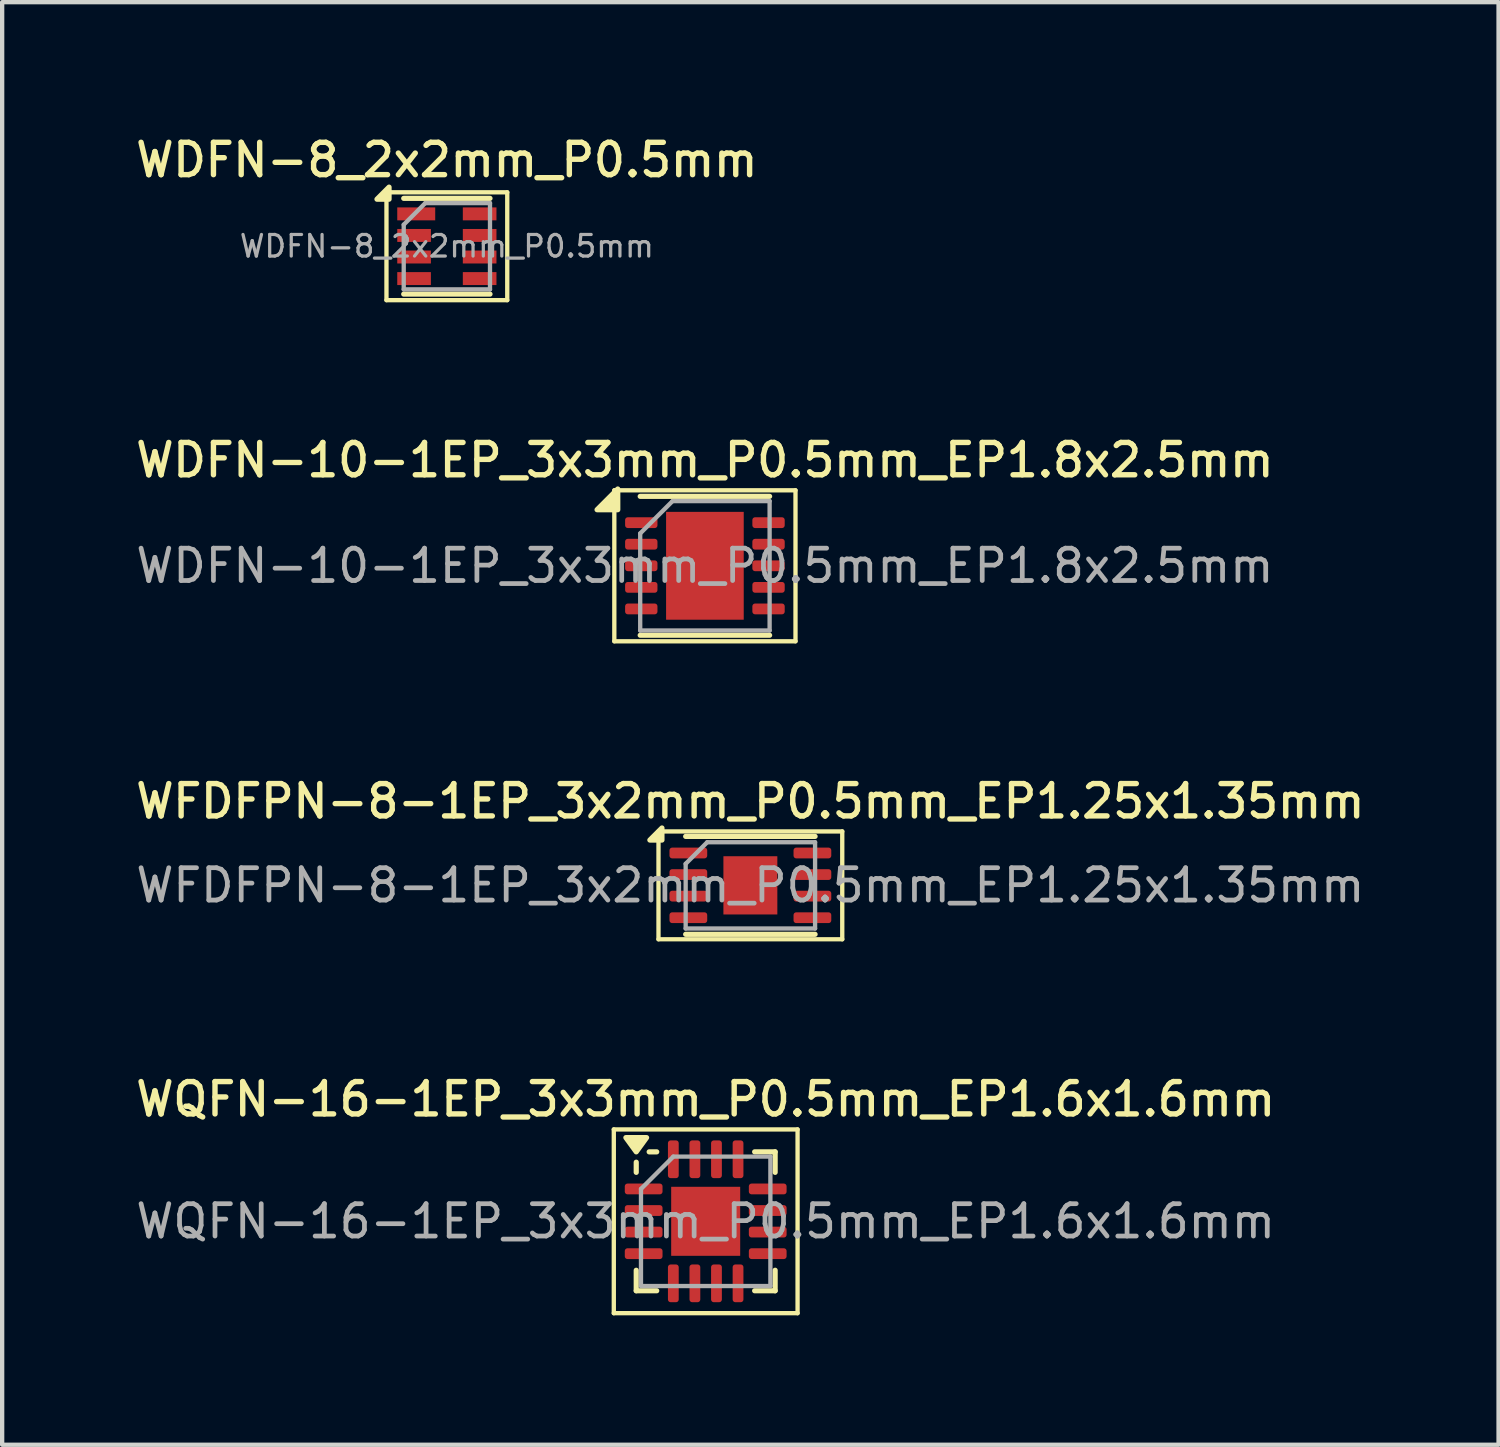
<source format=kicad_pcb>
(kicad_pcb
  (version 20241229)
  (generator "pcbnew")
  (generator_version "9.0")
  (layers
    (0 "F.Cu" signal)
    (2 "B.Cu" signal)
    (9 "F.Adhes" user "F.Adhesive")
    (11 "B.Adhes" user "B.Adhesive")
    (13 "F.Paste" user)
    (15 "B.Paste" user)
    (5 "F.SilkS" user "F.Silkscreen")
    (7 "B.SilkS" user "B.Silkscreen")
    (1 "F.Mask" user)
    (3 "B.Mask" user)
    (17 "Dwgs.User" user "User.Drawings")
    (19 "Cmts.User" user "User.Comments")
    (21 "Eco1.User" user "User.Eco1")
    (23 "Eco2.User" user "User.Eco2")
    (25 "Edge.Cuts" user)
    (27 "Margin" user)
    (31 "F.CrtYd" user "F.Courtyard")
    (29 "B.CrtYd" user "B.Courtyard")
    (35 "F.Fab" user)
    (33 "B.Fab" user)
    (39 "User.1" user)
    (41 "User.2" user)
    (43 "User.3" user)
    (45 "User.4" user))
  (footprint "WQFN-16-1EP_3x3mm_P0.5mm_EP1.6x1.6mm"
    (layer "F.Cu")
    (at 13.309 25.262)
    (property "Reference" "WQFN-16-1EP_3x3mm_P0.5mm_EP1.6x1.6mm" (at 0 -2.83 0) (layer "F.SilkS") (effects (font (size 0.75 0.75) (thickness 0.125))))
    (attr smd)
    (fp_line (start -2.13 -2.13) (end -2.13 2.13) (stroke (width 0.1) (type solid)) (layer "F.SilkS"))
    (fp_line (start -2.13 2.13) (end 2.13 2.13) (stroke (width 0.1) (type solid)) (layer "F.SilkS"))
    (fp_line (start -1.61 -1.135) (end -1.61 -1.37) (stroke (width 0.12) (type solid)) (layer "F.SilkS"))
    (fp_line (start -1.61 1.61) (end -1.61 1.135) (stroke (width 0.12) (type solid)) (layer "F.SilkS"))
    (fp_line (start -1.135 -1.61) (end -1.31 -1.61) (stroke (width 0.12) (type solid)) (layer "F.SilkS"))
    (fp_line (start -1.135 1.61) (end -1.61 1.61) (stroke (width 0.12) (type solid)) (layer "F.SilkS"))
    (fp_line (start 1.135 -1.61) (end 1.61 -1.61) (stroke (width 0.12) (type solid)) (layer "F.SilkS"))
    (fp_line (start 1.135 1.61) (end 1.61 1.61) (stroke (width 0.12) (type solid)) (layer "F.SilkS"))
    (fp_line (start 1.61 -1.61) (end 1.61 -1.135) (stroke (width 0.12) (type solid)) (layer "F.SilkS"))
    (fp_line (start 1.61 1.61) (end 1.61 1.135) (stroke (width 0.12) (type solid)) (layer "F.SilkS"))
    (fp_line (start 2.13 -2.13) (end -2.13 -2.13) (stroke (width 0.1) (type solid)) (layer "F.SilkS"))
    (fp_line (start 2.13 2.13) (end 2.13 -2.13) (stroke (width 0.1) (type solid)) (layer "F.SilkS"))
    (fp_poly (pts (xy -1.61 -1.61) (xy -1.85 -1.94) (xy -1.37 -1.94) (xy -1.61 -1.61)) (stroke (width 0.12) (type solid)) (fill yes) (layer "F.SilkS"))
    (fp_line (start -1.5 -0.75) (end -0.75 -1.5) (stroke (width 0.1) (type solid)) (layer "F.Fab"))
    (fp_line (start -1.5 1.5) (end -1.5 -0.75) (stroke (width 0.1) (type solid)) (layer "F.Fab"))
    (fp_line (start -0.75 -1.5) (end 1.5 -1.5) (stroke (width 0.1) (type solid)) (layer "F.Fab"))
    (fp_line (start 1.5 -1.5) (end 1.5 1.5) (stroke (width 0.1) (type solid)) (layer "F.Fab"))
    (fp_line (start 1.5 1.5) (end -1.5 1.5) (stroke (width 0.1) (type solid)) (layer "F.Fab"))
    (fp_text user "${REFERENCE}" (at 0 0 0) (layer "F.Fab") (effects (font (size 0.75 0.75) (thickness 0.11))))
    (pad "" smd roundrect (at -0.4 -0.4) (size 0.64 0.64) (layers "F.Paste") (roundrect_rratio 0.25))
    (pad "" smd roundrect (at -0.4 0.4) (size 0.64 0.64) (layers "F.Paste") (roundrect_rratio 0.25))
    (pad "" smd roundrect (at 0.4 -0.4) (size 0.64 0.64) (layers "F.Paste") (roundrect_rratio 0.25))
    (pad "" smd roundrect (at 0.4 0.4) (size 0.64 0.64) (layers "F.Paste") (roundrect_rratio 0.25))
    (pad "1" smd roundrect (at -1.438 -0.75) (size 0.875 0.25) (layers "F.Cu" "F.Mask" "F.Paste") (roundrect_rratio 0.25))
    (pad "2" smd roundrect (at -1.438 -0.25) (size 0.875 0.25) (layers "F.Cu" "F.Mask" "F.Paste") (roundrect_rratio 0.25))
    (pad "3" smd roundrect (at -1.438 0.25) (size 0.875 0.25) (layers "F.Cu" "F.Mask" "F.Paste") (roundrect_rratio 0.25))
    (pad "4" smd roundrect (at -1.438 0.75) (size 0.875 0.25) (layers "F.Cu" "F.Mask" "F.Paste") (roundrect_rratio 0.25))
    (pad "5" smd roundrect (at -0.75 1.438) (size 0.25 0.875) (layers "F.Cu" "F.Mask" "F.Paste") (roundrect_rratio 0.25))
    (pad "6" smd roundrect (at -0.25 1.438) (size 0.25 0.875) (layers "F.Cu" "F.Mask" "F.Paste") (roundrect_rratio 0.25))
    (pad "7" smd roundrect (at 0.25 1.438) (size 0.25 0.875) (layers "F.Cu" "F.Mask" "F.Paste") (roundrect_rratio 0.25))
    (pad "8" smd roundrect (at 0.75 1.438) (size 0.25 0.875) (layers "F.Cu" "F.Mask" "F.Paste") (roundrect_rratio 0.25))
    (pad "9" smd roundrect (at 1.438 0.75) (size 0.875 0.25) (layers "F.Cu" "F.Mask" "F.Paste") (roundrect_rratio 0.25))
    (pad "10" smd roundrect (at 1.438 0.25) (size 0.875 0.25) (layers "F.Cu" "F.Mask" "F.Paste") (roundrect_rratio 0.25))
    (pad "11" smd roundrect (at 1.438 -0.25) (size 0.875 0.25) (layers "F.Cu" "F.Mask" "F.Paste") (roundrect_rratio 0.25))
    (pad "12" smd roundrect (at 1.438 -0.75) (size 0.875 0.25) (layers "F.Cu" "F.Mask" "F.Paste") (roundrect_rratio 0.25))
    (pad "13" smd roundrect (at 0.75 -1.438) (size 0.25 0.875) (layers "F.Cu" "F.Mask" "F.Paste") (roundrect_rratio 0.25))
    (pad "14" smd roundrect (at 0.25 -1.438) (size 0.25 0.875) (layers "F.Cu" "F.Mask" "F.Paste") (roundrect_rratio 0.25))
    (pad "15" smd roundrect (at -0.25 -1.438) (size 0.25 0.875) (layers "F.Cu" "F.Mask" "F.Paste") (roundrect_rratio 0.25))
    (pad "16" smd roundrect (at -0.75 -1.438) (size 0.25 0.875) (layers "F.Cu" "F.Mask" "F.Paste") (roundrect_rratio 0.25))
    (pad "17" smd rect (at 0 0) (size 1.6 1.6) (property pad_prop_heatsink) (layers "F.Cu" "F.Mask")))
  (footprint "WDFN-10-1EP_3x3mm_P0.5mm_EP1.8x2.5mm"
    (layer "F.Cu")
    (at 13.291 10.066)
    (property "Reference" "WDFN-10-1EP_3x3mm_P0.5mm_EP1.8x2.5mm" (at 0 -2.45 0) (layer "F.SilkS") (effects (font (size 0.75 0.75) (thickness 0.125))))
    (attr smd)
    (fp_line (start -2.1 -1.75) (end -2.1 1.75) (stroke (width 0.1) (type solid)) (layer "F.SilkS"))
    (fp_line (start -2.1 1.75) (end 2.1 1.75) (stroke (width 0.1) (type solid)) (layer "F.SilkS"))
    (fp_line (start -1.5 -1.61) (end 1.5 -1.61) (stroke (width 0.12) (type solid)) (layer "F.SilkS"))
    (fp_line (start -1.5 1.61) (end 1.5 1.61) (stroke (width 0.12) (type solid)) (layer "F.SilkS"))
    (fp_line (start 2.1 -1.75) (end -2.1 -1.75) (stroke (width 0.1) (type solid)) (layer "F.SilkS"))
    (fp_line (start 2.1 1.75) (end 2.1 -1.75) (stroke (width 0.1) (type solid)) (layer "F.SilkS"))
    (fp_poly (pts (xy -2.02 -1.3) (xy -2.5 -1.3) (xy -2.02 -1.78) (xy -2.02 -1.3)) (stroke (width 0.12) (type solid)) (fill yes) (layer "F.SilkS"))
    (fp_line (start -1.5 -0.75) (end -0.75 -1.5) (stroke (width 0.1) (type solid)) (layer "F.Fab"))
    (fp_line (start -1.5 1.5) (end -1.5 -0.75) (stroke (width 0.1) (type solid)) (layer "F.Fab"))
    (fp_line (start -0.75 -1.5) (end 1.5 -1.5) (stroke (width 0.1) (type solid)) (layer "F.Fab"))
    (fp_line (start 1.5 -1.5) (end 1.5 1.5) (stroke (width 0.1) (type solid)) (layer "F.Fab"))
    (fp_line (start 1.5 1.5) (end -1.5 1.5) (stroke (width 0.1) (type solid)) (layer "F.Fab"))
    (fp_text user "${REFERENCE}" (at 0 0 0) (layer "F.Fab") (effects (font (size 0.75 0.75) (thickness 0.11))))
    (pad "" smd roundrect (at -0.45 -0.625) (size 0.73 1.01) (layers "F.Paste") (roundrect_rratio 0.25))
    (pad "" smd roundrect (at -0.45 0.625) (size 0.73 1.01) (layers "F.Paste") (roundrect_rratio 0.25))
    (pad "" smd roundrect (at 0.45 -0.625) (size 0.73 1.01) (layers "F.Paste") (roundrect_rratio 0.25))
    (pad "" smd roundrect (at 0.45 0.625) (size 0.73 1.01) (layers "F.Paste") (roundrect_rratio 0.25))
    (pad "1" smd roundrect (at -1.475 -1) (size 0.75 0.25) (layers "F.Cu" "F.Mask" "F.Paste") (roundrect_rratio 0.25))
    (pad "2" smd roundrect (at -1.475 -0.5) (size 0.75 0.25) (layers "F.Cu" "F.Mask" "F.Paste") (roundrect_rratio 0.25))
    (pad "3" smd roundrect (at -1.475 0) (size 0.75 0.25) (layers "F.Cu" "F.Mask" "F.Paste") (roundrect_rratio 0.25))
    (pad "4" smd roundrect (at -1.475 0.5) (size 0.75 0.25) (layers "F.Cu" "F.Mask" "F.Paste") (roundrect_rratio 0.25))
    (pad "5" smd roundrect (at -1.475 1) (size 0.75 0.25) (layers "F.Cu" "F.Mask" "F.Paste") (roundrect_rratio 0.25))
    (pad "6" smd roundrect (at 1.475 1) (size 0.75 0.25) (layers "F.Cu" "F.Mask" "F.Paste") (roundrect_rratio 0.25))
    (pad "7" smd roundrect (at 1.475 0.5) (size 0.75 0.25) (layers "F.Cu" "F.Mask" "F.Paste") (roundrect_rratio 0.25))
    (pad "8" smd roundrect (at 1.475 0) (size 0.75 0.25) (layers "F.Cu" "F.Mask" "F.Paste") (roundrect_rratio 0.25))
    (pad "9" smd roundrect (at 1.475 -0.5) (size 0.75 0.25) (layers "F.Cu" "F.Mask" "F.Paste") (roundrect_rratio 0.25))
    (pad "10" smd roundrect (at 1.475 -1) (size 0.75 0.25) (layers "F.Cu" "F.Mask" "F.Paste") (roundrect_rratio 0.25))
    (pad "11" smd rect (at 0 0) (size 1.8 2.5) (property pad_prop_heatsink) (layers "F.Cu" "F.Mask")))
  (footprint "WFDFPN-8-1EP_3x2mm_P0.5mm_EP1.25x1.35mm"
    (layer "F.Cu")
    (at 14.345 17.474)
    (property "Reference" "WFDFPN-8-1EP_3x2mm_P0.5mm_EP1.25x1.35mm" (at 0 -1.95 0) (layer "F.SilkS") (effects (font (size 0.75 0.75) (thickness 0.125))))
    (attr smd)
    (fp_line (start -2.13 -1.25) (end -2.13 1.25) (stroke (width 0.1) (type solid)) (layer "F.SilkS"))
    (fp_line (start -2.13 1.25) (end 2.13 1.25) (stroke (width 0.1) (type solid)) (layer "F.SilkS"))
    (fp_line (start -1.5 -1.135) (end 1.5 -1.135) (stroke (width 0.12) (type solid)) (layer "F.SilkS"))
    (fp_line (start -1.5 1.135) (end 1.5 1.135) (stroke (width 0.12) (type solid)) (layer "F.SilkS"))
    (fp_line (start 2.13 -1.25) (end -2.13 -1.25) (stroke (width 0.1) (type solid)) (layer "F.SilkS"))
    (fp_line (start 2.13 1.25) (end 2.13 -1.25) (stroke (width 0.1) (type solid)) (layer "F.SilkS"))
    (fp_poly (pts (xy -2.05 -1.05) (xy -2.33 -1.05) (xy -2.05 -1.33) (xy -2.05 -1.05)) (stroke (width 0.12) (type solid)) (fill yes) (layer "F.SilkS"))
    (fp_line (start -1.5 -0.5) (end -1 -1) (stroke (width 0.1) (type solid)) (layer "F.Fab"))
    (fp_line (start -1.5 1) (end -1.5 -0.5) (stroke (width 0.1) (type solid)) (layer "F.Fab"))
    (fp_line (start -1 -1) (end 1.5 -1) (stroke (width 0.1) (type solid)) (layer "F.Fab"))
    (fp_line (start 1.5 -1) (end 1.5 1) (stroke (width 0.1) (type solid)) (layer "F.Fab"))
    (fp_line (start 1.5 1) (end -1.5 1) (stroke (width 0.1) (type solid)) (layer "F.Fab"))
    (fp_text user "${REFERENCE}" (at 0 0 0) (layer "F.Fab") (effects (font (size 0.75 0.75) (thickness 0.11))))
    (pad "" smd roundrect (at 0 0) (size 1.01 1.09) (layers "F.Paste") (roundrect_rratio 0.248))
    (pad "1" smd roundrect (at -1.438 -0.75) (size 0.875 0.25) (layers "F.Cu" "F.Mask" "F.Paste") (roundrect_rratio 0.25))
    (pad "2" smd roundrect (at -1.438 -0.25) (size 0.875 0.25) (layers "F.Cu" "F.Mask" "F.Paste") (roundrect_rratio 0.25))
    (pad "3" smd roundrect (at -1.438 0.25) (size 0.875 0.25) (layers "F.Cu" "F.Mask" "F.Paste") (roundrect_rratio 0.25))
    (pad "4" smd roundrect (at -1.438 0.75) (size 0.875 0.25) (layers "F.Cu" "F.Mask" "F.Paste") (roundrect_rratio 0.25))
    (pad "5" smd roundrect (at 1.438 0.75) (size 0.875 0.25) (layers "F.Cu" "F.Mask" "F.Paste") (roundrect_rratio 0.25))
    (pad "6" smd roundrect (at 1.438 0.25) (size 0.875 0.25) (layers "F.Cu" "F.Mask" "F.Paste") (roundrect_rratio 0.25))
    (pad "7" smd roundrect (at 1.438 -0.25) (size 0.875 0.25) (layers "F.Cu" "F.Mask" "F.Paste") (roundrect_rratio 0.25))
    (pad "8" smd roundrect (at 1.438 -0.75) (size 0.875 0.25) (layers "F.Cu" "F.Mask" "F.Paste") (roundrect_rratio 0.25))
    (pad "9" smd rect (at 0 0) (size 1.25 1.35) (property pad_prop_heatsink) (layers "F.Cu" "F.Mask")))
  (footprint "WDFN-8_2x2mm_P0.5mm"
    (layer "F.Cu")
    (at 7.309 2.658)
    (property "Reference" "WDFN-8_2x2mm_P0.5mm" (at 0 -2 0) (layer "F.SilkS") (effects (font (size 0.75 0.75) (thickness 0.125))))
    (attr smd)
    (fp_line (start -1.4 -1.25) (end -1.4 1.25) (stroke (width 0.1) (type solid)) (layer "F.SilkS"))
    (fp_line (start -1.4 -1.25) (end 1.4 -1.25) (stroke (width 0.1) (type solid)) (layer "F.SilkS"))
    (fp_line (start -1.4 1.25) (end 1.4 1.25) (stroke (width 0.1) (type solid)) (layer "F.SilkS"))
    (fp_line (start -1 -1.11) (end 1 -1.11) (stroke (width 0.12) (type solid)) (layer "F.SilkS"))
    (fp_line (start -1 1.11) (end 1 1.11) (stroke (width 0.12) (type solid)) (layer "F.SilkS"))
    (fp_line (start 1.4 -1.25) (end 1.4 1.25) (stroke (width 0.1) (type solid)) (layer "F.SilkS"))
    (fp_poly (pts (xy -1.34 -1.09) (xy -1.62 -1.09) (xy -1.34 -1.37) (xy -1.34 -1.09)) (stroke (width 0.12) (type solid)) (fill yes) (layer "F.SilkS"))
    (fp_line (start -1 -0.5) (end -0.5 -1) (stroke (width 0.1) (type solid)) (layer "F.Fab"))
    (fp_line (start -1 1) (end -1 -0.5) (stroke (width 0.1) (type solid)) (layer "F.Fab"))
    (fp_line (start -0.5 -1) (end 1 -1) (stroke (width 0.1) (type solid)) (layer "F.Fab"))
    (fp_line (start 1 -1) (end 1 1) (stroke (width 0.1) (type solid)) (layer "F.Fab"))
    (fp_line (start 1 1) (end -1 1) (stroke (width 0.1) (type solid)) (layer "F.Fab"))
    (fp_text user "${REFERENCE}" (at 0 0 0) (layer "F.Fab") (effects (font (size 0.5 0.5) (thickness 0.075))))
    (pad "1" smd rect (at -0.71 -0.75) (size 0.88 0.3) (layers "F.Cu" "F.Mask" "F.Paste"))
    (pad "2" smd rect (at -0.76 -0.25) (size 0.78 0.3) (layers "F.Cu" "F.Mask" "F.Paste"))
    (pad "3" smd rect (at -0.76 0.25) (size 0.78 0.3) (layers "F.Cu" "F.Mask" "F.Paste"))
    (pad "4" smd rect (at -0.76 0.75) (size 0.78 0.3) (layers "F.Cu" "F.Mask" "F.Paste"))
    (pad "5" smd rect (at 0.76 0.75) (size 0.78 0.3) (layers "F.Cu" "F.Mask" "F.Paste"))
    (pad "6" smd rect (at 0.76 0.25) (size 0.78 0.3) (layers "F.Cu" "F.Mask" "F.Paste"))
    (pad "7" smd rect (at 0.76 -0.25) (size 0.78 0.3) (layers "F.Cu" "F.Mask" "F.Paste"))
    (pad "8" smd rect (at 0.76 -0.75) (size 0.78 0.3) (layers "F.Cu" "F.Mask" "F.Paste")))
  (gr_rect
    (start -3 -3)
    (end 31.689 30.442)
    (stroke (width 0.1) (type default))
    (fill no)
    (layer "Edge.Cuts")))
</source>
